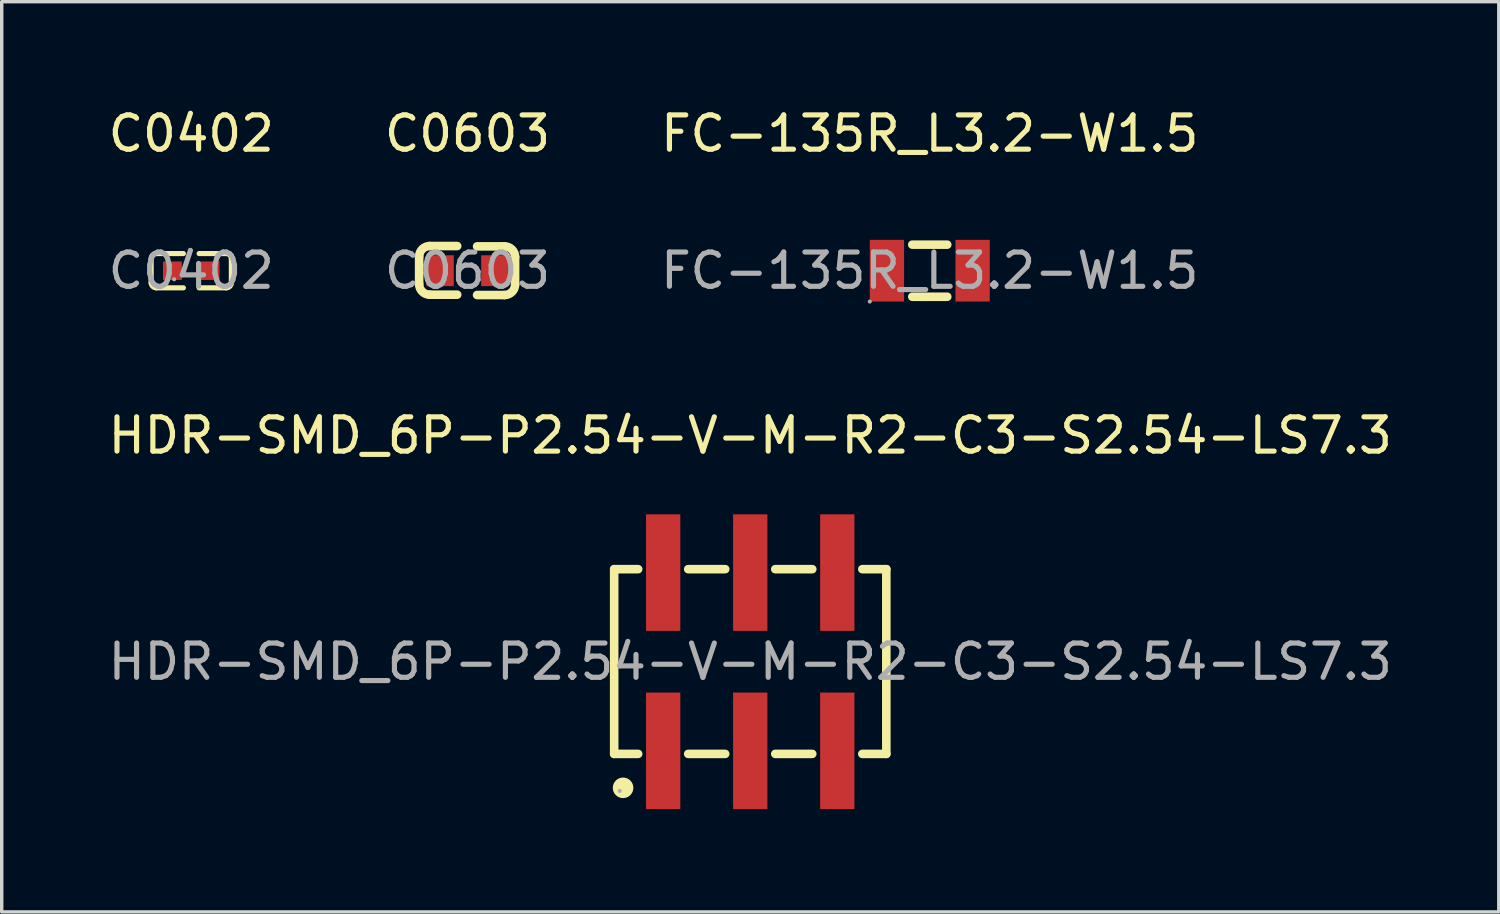
<source format=kicad_pcb>
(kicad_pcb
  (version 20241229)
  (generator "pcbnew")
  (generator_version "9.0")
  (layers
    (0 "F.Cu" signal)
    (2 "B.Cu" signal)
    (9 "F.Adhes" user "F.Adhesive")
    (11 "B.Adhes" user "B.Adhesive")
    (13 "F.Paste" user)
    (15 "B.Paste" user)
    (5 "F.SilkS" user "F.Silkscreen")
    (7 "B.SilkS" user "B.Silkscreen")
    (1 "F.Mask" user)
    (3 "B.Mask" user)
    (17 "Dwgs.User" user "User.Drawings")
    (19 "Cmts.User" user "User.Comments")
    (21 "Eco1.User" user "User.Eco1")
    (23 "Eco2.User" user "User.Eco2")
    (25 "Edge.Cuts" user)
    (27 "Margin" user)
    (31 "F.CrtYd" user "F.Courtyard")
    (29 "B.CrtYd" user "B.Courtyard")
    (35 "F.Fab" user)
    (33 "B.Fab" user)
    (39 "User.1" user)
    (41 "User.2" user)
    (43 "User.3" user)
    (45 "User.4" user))
  (footprint "C0603"
    (layer "F.Cu")
    (at 10.589 4.848)
    (property "Reference" "C0603" (at 0 -4 0) (layer "F.SilkS") (effects (font (size 1 1) (thickness 0.15))))
    (attr through_hole)
    (fp_line (start -1.41 -0.41) (end -1.41 0.39) (stroke (width 0.25) (type solid)) (layer "F.SilkS"))
    (fp_line (start -0.3 -0.72) (end -1.1 -0.72) (stroke (width 0.25) (type solid)) (layer "F.SilkS"))
    (fp_line (start -0.3 0.7) (end -1.1 0.7) (stroke (width 0.25) (type solid)) (layer "F.SilkS"))
    (fp_line (start 0.28 -0.71) (end 1.08 -0.71) (stroke (width 0.25) (type solid)) (layer "F.SilkS"))
    (fp_line (start 0.28 0.71) (end 1.08 0.71) (stroke (width 0.25) (type solid)) (layer "F.SilkS"))
    (fp_line (start 1.39 -0.4) (end 1.39 0.4) (stroke (width 0.25) (type solid)) (layer "F.SilkS"))
    (fp_arc (start -1.41 -0.41) (mid -1.319203 -0.629203) (end -1.1 -0.72) (stroke (width 0.25) (type solid)) (layer "F.SilkS"))
    (fp_arc (start -1.1 0.7) (mid -1.319203 0.609203) (end -1.41 0.39) (stroke (width 0.25) (type solid)) (layer "F.SilkS"))
    (fp_arc (start 1.08 -0.71) (mid 1.299203 -0.619203) (end 1.39 -0.4) (stroke (width 0.25) (type solid)) (layer "F.SilkS"))
    (fp_arc (start 1.39 0.4) (mid 1.299203 0.619203) (end 1.08 0.71) (stroke (width 0.25) (type solid)) (layer "F.SilkS"))
    (fp_circle (center -0.8 0.4) (end -0.77 0.4) (stroke (width 0.06) (type solid)) (fill no) (layer "F.Fab"))
    (fp_text user "${REFERENCE}" (at 0 0 0) (layer "F.Fab") (effects (font (size 1 1) (thickness 0.15))))
    (pad "1" smd rect (at -0.8 0) (size 0.8 0.9) (layers "F.Cu" "F.Mask" "F.Paste"))
    (pad "2" smd rect (at 0.8 0) (size 0.8 0.9) (layers "F.Cu" "F.Mask" "F.Paste")))
  (footprint "HDR-SMD_6P-P2.54-V-M-R2-C3-S2.54-LS7.3"
    (layer "F.Cu")
    (at 18.839 16.256)
    (property "Reference" "HDR-SMD_6P-P2.54-V-M-R2-C3-S2.54-LS7.3" (at 0 -6.6 0) (layer "F.SilkS") (effects (font (size 1 1) (thickness 0.15))))
    (attr through_hole)
    (fp_line (start -3.97 -2.7) (end -3.27 -2.7) (stroke (width 0.25) (type solid)) (layer "F.SilkS"))
    (fp_line (start -3.97 2.69) (end -3.97 -2.7) (stroke (width 0.25) (type solid)) (layer "F.SilkS"))
    (fp_line (start -3.27 2.69) (end -3.97 2.69) (stroke (width 0.25) (type solid)) (layer "F.SilkS"))
    (fp_line (start -1.81 -2.7) (end -0.73 -2.7) (stroke (width 0.25) (type solid)) (layer "F.SilkS"))
    (fp_line (start -0.73 2.69) (end -1.81 2.69) (stroke (width 0.25) (type solid)) (layer "F.SilkS"))
    (fp_line (start 0.73 -2.7) (end 1.81 -2.7) (stroke (width 0.25) (type solid)) (layer "F.SilkS"))
    (fp_line (start 1.81 2.69) (end 0.73 2.69) (stroke (width 0.25) (type solid)) (layer "F.SilkS"))
    (fp_line (start 3.27 -2.7) (end 3.97 -2.7) (stroke (width 0.25) (type solid)) (layer "F.SilkS"))
    (fp_line (start 3.97 -2.7) (end 3.97 2.69) (stroke (width 0.25) (type solid)) (layer "F.SilkS"))
    (fp_line (start 3.97 2.69) (end 3.27 2.69) (stroke (width 0.25) (type solid)) (layer "F.SilkS"))
    (fp_circle (center -3.71 3.68) (end -3.56 3.68) (stroke (width 0.3) (type solid)) (fill no) (layer "F.SilkS"))
    (fp_circle (center -3.81 3.77) (end -3.78 3.77) (stroke (width 0.06) (type solid)) (fill no) (layer "F.Fab"))
    (fp_text user "${REFERENCE}" (at 0 0 0) (layer "F.Fab") (effects (font (size 1 1) (thickness 0.15))))
    (pad "1" smd rect (at -2.54 2.6) (size 1 3.4) (layers "F.Cu" "F.Mask" "F.Paste"))
    (pad "2" smd rect (at -2.54 -2.6) (size 1 3.4) (layers "F.Cu" "F.Mask" "F.Paste"))
    (pad "3" smd rect (at 0 2.6) (size 1 3.4) (layers "F.Cu" "F.Mask" "F.Paste"))
    (pad "4" smd rect (at 0 -2.6) (size 1 3.4) (layers "F.Cu" "F.Mask" "F.Paste"))
    (pad "5" smd rect (at 2.54 2.6) (size 1 3.4) (layers "F.Cu" "F.Mask" "F.Paste"))
    (pad "6" smd rect (at 2.54 -2.6) (size 1 3.4) (layers "F.Cu" "F.Mask" "F.Paste")))
  (footprint "FC-135R_L3.2-W1.5"
    (layer "F.Cu")
    (at 24.077 4.848)
    (property "Reference" "FC-135R_L3.2-W1.5" (at 0 -4 0) (layer "F.SilkS") (effects (font (size 1 1) (thickness 0.15))))
    (attr through_hole)
    (fp_line (start -0.51 -0.76) (end 0.51 -0.76) (stroke (width 0.25) (type solid)) (layer "F.SilkS"))
    (fp_line (start 0.51 0.76) (end -0.51 0.76) (stroke (width 0.25) (type solid)) (layer "F.SilkS"))
    (fp_circle (center -1.75 0.9) (end -1.72 0.9) (stroke (width 0.06) (type solid)) (fill no) (layer "F.Fab"))
    (fp_text user "${REFERENCE}" (at 0 0 0) (layer "F.Fab") (effects (font (size 1 1) (thickness 0.15))))
    (pad "1" smd rect (at -1.25 0 90) (size 1.8 1) (layers "F.Cu" "F.Mask" "F.Paste"))
    (pad "2" smd rect (at 1.25 0 90) (size 1.8 1) (layers "F.Cu" "F.Mask" "F.Paste")))
  (footprint "C0402"
    (layer "F.Cu")
    (at 2.53 4.848)
    (property "Reference" "C0402" (at 0 -4 0) (layer "F.SilkS") (effects (font (size 1 1) (thickness 0.15))))
    (attr through_hole)
    (fp_line (start -1.17 0.35) (end -1.17 -0.35) (stroke (width 0.15) (type solid)) (layer "F.SilkS"))
    (fp_line (start -1.02 -0.5) (end -0.23 -0.5) (stroke (width 0.15) (type solid)) (layer "F.SilkS"))
    (fp_line (start -0.23 0.5) (end -1.02 0.5) (stroke (width 0.15) (type solid)) (layer "F.SilkS"))
    (fp_line (start 0.23 0.5) (end 1.02 0.5) (stroke (width 0.15) (type solid)) (layer "F.SilkS"))
    (fp_line (start 1.02 -0.5) (end 0.23 -0.5) (stroke (width 0.15) (type solid)) (layer "F.SilkS"))
    (fp_line (start 1.17 0.35) (end 1.17 -0.35) (stroke (width 0.15) (type solid)) (layer "F.SilkS"))
    (fp_arc (start -1.17 -0.35) (mid -1.126066 -0.456066) (end -1.02 -0.5) (stroke (width 0.15) (type solid)) (layer "F.SilkS"))
    (fp_arc (start -1.02 0.5) (mid -1.126066 0.456066) (end -1.17 0.35) (stroke (width 0.15) (type solid)) (layer "F.SilkS"))
    (fp_arc (start 1.02 -0.5) (mid 1.126066 -0.456066) (end 1.17 -0.35) (stroke (width 0.15) (type solid)) (layer "F.SilkS"))
    (fp_arc (start 1.17 0.35) (mid 1.126066 0.456066) (end 1.02 0.5) (stroke (width 0.15) (type solid)) (layer "F.SilkS"))
    (fp_circle (center -0.5 0.25) (end -0.47 0.25) (stroke (width 0.06) (type solid)) (fill no) (layer "F.Fab"))
    (fp_text user "${REFERENCE}" (at 0 0 0) (layer "F.Fab") (effects (font (size 1 1) (thickness 0.15))))
    (pad "1" smd rect (at -0.55 0) (size 0.55 0.54) (layers "F.Cu" "F.Mask" "F.Paste"))
    (pad "2" smd rect (at 0.55 0) (size 0.55 0.54) (layers "F.Cu" "F.Mask" "F.Paste")))
  (gr_rect
    (start -3 -3)
    (end 40.679 23.556)
    (stroke (width 0.1) (type default))
    (fill no)
    (layer "Edge.Cuts")))
</source>
